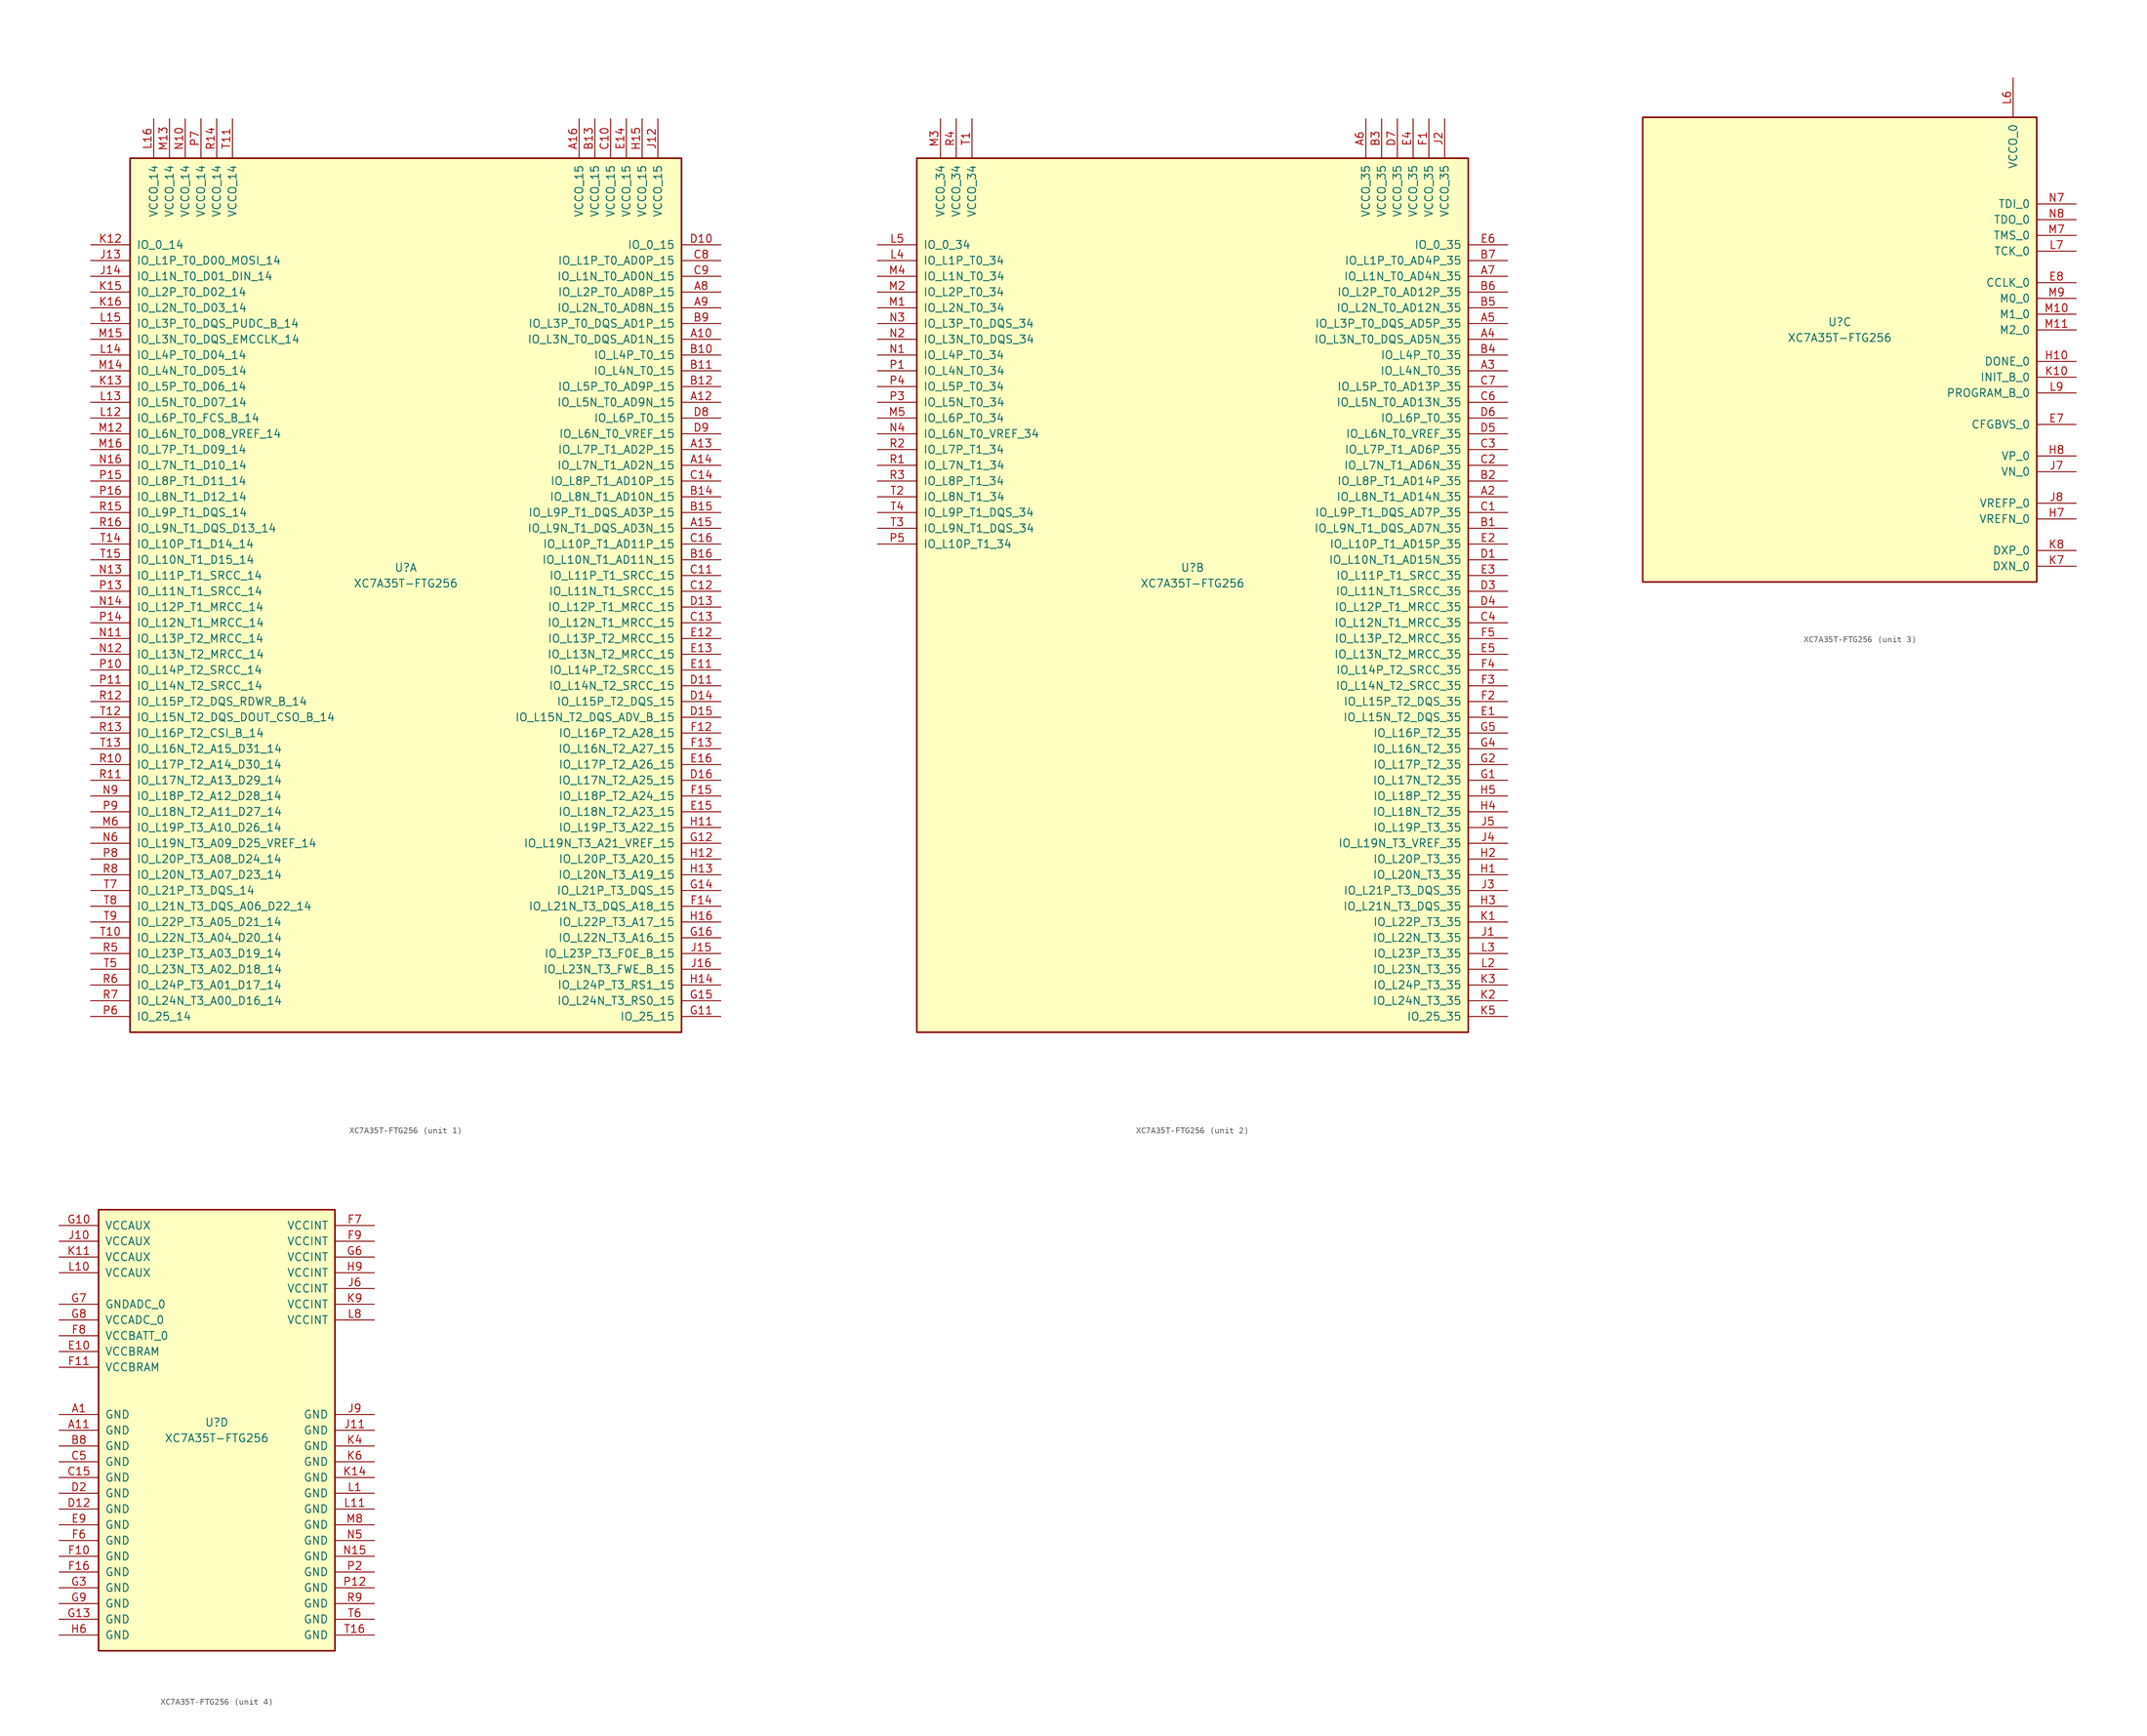
<source format=kicad_sym>
(kicad_symbol_lib
  (version 20231120)
  (generator "kicad_symbol_editor")
  (generator_version "8.0")
  (symbol "XC7A35T-FTG256"
    (pin_names
      (offset 1.016))
    (property "Reference" "U"
      (at 0 1.27 0)
      (effects (font (size 1.27 1.27))))
    (property "Value" "XC7A35T-FTG256"
      (at 0 -1.27 0)
      (effects (font (size 1.27 1.27))))
    (property "Datasheet" ""
      (at 0 0 0)
      (effects (font (size 1.27 1.27))))
    (property "ki_locked" ""
      (at 0 0 0)
      (effects (font (size 1.27 1.27))))
    (symbol "XC7A35T-FTG256_1_1"
      (rectangle (start -44.45 67.31) (end 44.45 -73.66) (stroke (width 0.254) (type solid)) (fill (type background)))
      (pin bidirectional line (at 50.8 38.1 180) (length 6.35) (name "IO_L3N_T0_DQS_AD1N_15" (effects (font (size 1.27 1.27)))) (number "A10" (effects (font (size 1.27 1.27)))))
      (pin bidirectional line (at 50.8 27.94 180) (length 6.35) (name "IO_L5N_T0_AD9N_15" (effects (font (size 1.27 1.27)))) (number "A12" (effects (font (size 1.27 1.27)))))
      (pin bidirectional line (at 50.8 20.32 180) (length 6.35) (name "IO_L7P_T1_AD2P_15" (effects (font (size 1.27 1.27)))) (number "A13" (effects (font (size 1.27 1.27)))))
      (pin bidirectional line (at 50.8 17.78 180) (length 6.35) (name "IO_L7N_T1_AD2N_15" (effects (font (size 1.27 1.27)))) (number "A14" (effects (font (size 1.27 1.27)))))
      (pin bidirectional line (at 50.8 7.62 180) (length 6.35) (name "IO_L9N_T1_DQS_AD3N_15" (effects (font (size 1.27 1.27)))) (number "A15" (effects (font (size 1.27 1.27)))))
      (pin power_in line (at 27.94 73.66 270) (length 6.35) (name "VCCO_15" (effects (font (size 1.27 1.27)))) (number "A16" (effects (font (size 1.27 1.27)))))
      (pin bidirectional line (at 50.8 45.72 180) (length 6.35) (name "IO_L2P_T0_AD8P_15" (effects (font (size 1.27 1.27)))) (number "A8" (effects (font (size 1.27 1.27)))))
      (pin bidirectional line (at 50.8 43.18 180) (length 6.35) (name "IO_L2N_T0_AD8N_15" (effects (font (size 1.27 1.27)))) (number "A9" (effects (font (size 1.27 1.27)))))
      (pin bidirectional line (at 50.8 35.56 180) (length 6.35) (name "IO_L4P_T0_15" (effects (font (size 1.27 1.27)))) (number "B10" (effects (font (size 1.27 1.27)))))
      (pin bidirectional line (at 50.8 33.02 180) (length 6.35) (name "IO_L4N_T0_15" (effects (font (size 1.27 1.27)))) (number "B11" (effects (font (size 1.27 1.27)))))
      (pin bidirectional line (at 50.8 30.48 180) (length 6.35) (name "IO_L5P_T0_AD9P_15" (effects (font (size 1.27 1.27)))) (number "B12" (effects (font (size 1.27 1.27)))))
      (pin power_in line (at 30.48 73.66 270) (length 6.35) (name "VCCO_15" (effects (font (size 1.27 1.27)))) (number "B13" (effects (font (size 1.27 1.27)))))
      (pin bidirectional line (at 50.8 12.7 180) (length 6.35) (name "IO_L8N_T1_AD10N_15" (effects (font (size 1.27 1.27)))) (number "B14" (effects (font (size 1.27 1.27)))))
      (pin bidirectional line (at 50.8 10.16 180) (length 6.35) (name "IO_L9P_T1_DQS_AD3P_15" (effects (font (size 1.27 1.27)))) (number "B15" (effects (font (size 1.27 1.27)))))
      (pin bidirectional line (at 50.8 2.54 180) (length 6.35) (name "IO_L10N_T1_AD11N_15" (effects (font (size 1.27 1.27)))) (number "B16" (effects (font (size 1.27 1.27)))))
      (pin bidirectional line (at 50.8 40.64 180) (length 6.35) (name "IO_L3P_T0_DQS_AD1P_15" (effects (font (size 1.27 1.27)))) (number "B9" (effects (font (size 1.27 1.27)))))
      (pin power_in line (at 33.02 73.66 270) (length 6.35) (name "VCCO_15" (effects (font (size 1.27 1.27)))) (number "C10" (effects (font (size 1.27 1.27)))))
      (pin bidirectional line (at 50.8 0 180) (length 6.35) (name "IO_L11P_T1_SRCC_15" (effects (font (size 1.27 1.27)))) (number "C11" (effects (font (size 1.27 1.27)))))
      (pin bidirectional line (at 50.8 -2.54 180) (length 6.35) (name "IO_L11N_T1_SRCC_15" (effects (font (size 1.27 1.27)))) (number "C12" (effects (font (size 1.27 1.27)))))
      (pin bidirectional line (at 50.8 -7.62 180) (length 6.35) (name "IO_L12N_T1_MRCC_15" (effects (font (size 1.27 1.27)))) (number "C13" (effects (font (size 1.27 1.27)))))
      (pin bidirectional line (at 50.8 15.24 180) (length 6.35) (name "IO_L8P_T1_AD10P_15" (effects (font (size 1.27 1.27)))) (number "C14" (effects (font (size 1.27 1.27)))))
      (pin bidirectional line (at 50.8 5.08 180) (length 6.35) (name "IO_L10P_T1_AD11P_15" (effects (font (size 1.27 1.27)))) (number "C16" (effects (font (size 1.27 1.27)))))
      (pin bidirectional line (at 50.8 50.8 180) (length 6.35) (name "IO_L1P_T0_AD0P_15" (effects (font (size 1.27 1.27)))) (number "C8" (effects (font (size 1.27 1.27)))))
      (pin bidirectional line (at 50.8 48.26 180) (length 6.35) (name "IO_L1N_T0_AD0N_15" (effects (font (size 1.27 1.27)))) (number "C9" (effects (font (size 1.27 1.27)))))
      (pin bidirectional line (at 50.8 53.34 180) (length 6.35) (name "IO_0_15" (effects (font (size 1.27 1.27)))) (number "D10" (effects (font (size 1.27 1.27)))))
      (pin bidirectional line (at 50.8 -17.78 180) (length 6.35) (name "IO_L14N_T2_SRCC_15" (effects (font (size 1.27 1.27)))) (number "D11" (effects (font (size 1.27 1.27)))))
      (pin bidirectional line (at 50.8 -5.08 180) (length 6.35) (name "IO_L12P_T1_MRCC_15" (effects (font (size 1.27 1.27)))) (number "D13" (effects (font (size 1.27 1.27)))))
      (pin bidirectional line (at 50.8 -20.32 180) (length 6.35) (name "IO_L15P_T2_DQS_15" (effects (font (size 1.27 1.27)))) (number "D14" (effects (font (size 1.27 1.27)))))
      (pin bidirectional line (at 50.8 -22.86 180) (length 6.35) (name "IO_L15N_T2_DQS_ADV_B_15" (effects (font (size 1.27 1.27)))) (number "D15" (effects (font (size 1.27 1.27)))))
      (pin bidirectional line (at 50.8 -33.02 180) (length 6.35) (name "IO_L17N_T2_A25_15" (effects (font (size 1.27 1.27)))) (number "D16" (effects (font (size 1.27 1.27)))))
      (pin bidirectional line (at 50.8 25.4 180) (length 6.35) (name "IO_L6P_T0_15" (effects (font (size 1.27 1.27)))) (number "D8" (effects (font (size 1.27 1.27)))))
      (pin bidirectional line (at 50.8 22.86 180) (length 6.35) (name "IO_L6N_T0_VREF_15" (effects (font (size 1.27 1.27)))) (number "D9" (effects (font (size 1.27 1.27)))))
      (pin bidirectional line (at 50.8 -15.24 180) (length 6.35) (name "IO_L14P_T2_SRCC_15" (effects (font (size 1.27 1.27)))) (number "E11" (effects (font (size 1.27 1.27)))))
      (pin bidirectional line (at 50.8 -10.16 180) (length 6.35) (name "IO_L13P_T2_MRCC_15" (effects (font (size 1.27 1.27)))) (number "E12" (effects (font (size 1.27 1.27)))))
      (pin bidirectional line (at 50.8 -12.7 180) (length 6.35) (name "IO_L13N_T2_MRCC_15" (effects (font (size 1.27 1.27)))) (number "E13" (effects (font (size 1.27 1.27)))))
      (pin power_in line (at 35.56 73.66 270) (length 6.35) (name "VCCO_15" (effects (font (size 1.27 1.27)))) (number "E14" (effects (font (size 1.27 1.27)))))
      (pin bidirectional line (at 50.8 -38.1 180) (length 6.35) (name "IO_L18N_T2_A23_15" (effects (font (size 1.27 1.27)))) (number "E15" (effects (font (size 1.27 1.27)))))
      (pin bidirectional line (at 50.8 -30.48 180) (length 6.35) (name "IO_L17P_T2_A26_15" (effects (font (size 1.27 1.27)))) (number "E16" (effects (font (size 1.27 1.27)))))
      (pin bidirectional line (at 50.8 -25.4 180) (length 6.35) (name "IO_L16P_T2_A28_15" (effects (font (size 1.27 1.27)))) (number "F12" (effects (font (size 1.27 1.27)))))
      (pin bidirectional line (at 50.8 -27.94 180) (length 6.35) (name "IO_L16N_T2_A27_15" (effects (font (size 1.27 1.27)))) (number "F13" (effects (font (size 1.27 1.27)))))
      (pin bidirectional line (at 50.8 -53.34 180) (length 6.35) (name "IO_L21N_T3_DQS_A18_15" (effects (font (size 1.27 1.27)))) (number "F14" (effects (font (size 1.27 1.27)))))
      (pin bidirectional line (at 50.8 -35.56 180) (length 6.35) (name "IO_L18P_T2_A24_15" (effects (font (size 1.27 1.27)))) (number "F15" (effects (font (size 1.27 1.27)))))
      (pin bidirectional line (at 50.8 -71.12 180) (length 6.35) (name "IO_25_15" (effects (font (size 1.27 1.27)))) (number "G11" (effects (font (size 1.27 1.27)))))
      (pin bidirectional line (at 50.8 -43.18 180) (length 6.35) (name "IO_L19N_T3_A21_VREF_15" (effects (font (size 1.27 1.27)))) (number "G12" (effects (font (size 1.27 1.27)))))
      (pin bidirectional line (at 50.8 -50.8 180) (length 6.35) (name "IO_L21P_T3_DQS_15" (effects (font (size 1.27 1.27)))) (number "G14" (effects (font (size 1.27 1.27)))))
      (pin bidirectional line (at 50.8 -68.58 180) (length 6.35) (name "IO_L24N_T3_RS0_15" (effects (font (size 1.27 1.27)))) (number "G15" (effects (font (size 1.27 1.27)))))
      (pin bidirectional line (at 50.8 -58.42 180) (length 6.35) (name "IO_L22N_T3_A16_15" (effects (font (size 1.27 1.27)))) (number "G16" (effects (font (size 1.27 1.27)))))
      (pin bidirectional line (at 50.8 -40.64 180) (length 6.35) (name "IO_L19P_T3_A22_15" (effects (font (size 1.27 1.27)))) (number "H11" (effects (font (size 1.27 1.27)))))
      (pin bidirectional line (at 50.8 -45.72 180) (length 6.35) (name "IO_L20P_T3_A20_15" (effects (font (size 1.27 1.27)))) (number "H12" (effects (font (size 1.27 1.27)))))
      (pin bidirectional line (at 50.8 -48.26 180) (length 6.35) (name "IO_L20N_T3_A19_15" (effects (font (size 1.27 1.27)))) (number "H13" (effects (font (size 1.27 1.27)))))
      (pin bidirectional line (at 50.8 -66.04 180) (length 6.35) (name "IO_L24P_T3_RS1_15" (effects (font (size 1.27 1.27)))) (number "H14" (effects (font (size 1.27 1.27)))))
      (pin power_in line (at 38.1 73.66 270) (length 6.35) (name "VCCO_15" (effects (font (size 1.27 1.27)))) (number "H15" (effects (font (size 1.27 1.27)))))
      (pin bidirectional line (at 50.8 -55.88 180) (length 6.35) (name "IO_L22P_T3_A17_15" (effects (font (size 1.27 1.27)))) (number "H16" (effects (font (size 1.27 1.27)))))
      (pin power_in line (at 40.64 73.66 270) (length 6.35) (name "VCCO_15" (effects (font (size 1.27 1.27)))) (number "J12" (effects (font (size 1.27 1.27)))))
      (pin bidirectional line (at -50.8 50.8 0) (length 6.35) (name "IO_L1P_T0_D00_MOSI_14" (effects (font (size 1.27 1.27)))) (number "J13" (effects (font (size 1.27 1.27)))))
      (pin bidirectional line (at -50.8 48.26 0) (length 6.35) (name "IO_L1N_T0_D01_DIN_14" (effects (font (size 1.27 1.27)))) (number "J14" (effects (font (size 1.27 1.27)))))
      (pin bidirectional line (at 50.8 -60.96 180) (length 6.35) (name "IO_L23P_T3_FOE_B_15" (effects (font (size 1.27 1.27)))) (number "J15" (effects (font (size 1.27 1.27)))))
      (pin bidirectional line (at 50.8 -63.5 180) (length 6.35) (name "IO_L23N_T3_FWE_B_15" (effects (font (size 1.27 1.27)))) (number "J16" (effects (font (size 1.27 1.27)))))
      (pin bidirectional line (at -50.8 53.34 0) (length 6.35) (name "IO_0_14" (effects (font (size 1.27 1.27)))) (number "K12" (effects (font (size 1.27 1.27)))))
      (pin bidirectional line (at -50.8 30.48 0) (length 6.35) (name "IO_L5P_T0_D06_14" (effects (font (size 1.27 1.27)))) (number "K13" (effects (font (size 1.27 1.27)))))
      (pin bidirectional line (at -50.8 45.72 0) (length 6.35) (name "IO_L2P_T0_D02_14" (effects (font (size 1.27 1.27)))) (number "K15" (effects (font (size 1.27 1.27)))))
      (pin bidirectional line (at -50.8 43.18 0) (length 6.35) (name "IO_L2N_T0_D03_14" (effects (font (size 1.27 1.27)))) (number "K16" (effects (font (size 1.27 1.27)))))
      (pin bidirectional line (at -50.8 25.4 0) (length 6.35) (name "IO_L6P_T0_FCS_B_14" (effects (font (size 1.27 1.27)))) (number "L12" (effects (font (size 1.27 1.27)))))
      (pin bidirectional line (at -50.8 27.94 0) (length 6.35) (name "IO_L5N_T0_D07_14" (effects (font (size 1.27 1.27)))) (number "L13" (effects (font (size 1.27 1.27)))))
      (pin bidirectional line (at -50.8 35.56 0) (length 6.35) (name "IO_L4P_T0_D04_14" (effects (font (size 1.27 1.27)))) (number "L14" (effects (font (size 1.27 1.27)))))
      (pin bidirectional line (at -50.8 40.64 0) (length 6.35) (name "IO_L3P_T0_DQS_PUDC_B_14" (effects (font (size 1.27 1.27)))) (number "L15" (effects (font (size 1.27 1.27)))))
      (pin power_in line (at -40.64 73.66 270) (length 6.35) (name "VCCO_14" (effects (font (size 1.27 1.27)))) (number "L16" (effects (font (size 1.27 1.27)))))
      (pin bidirectional line (at -50.8 22.86 0) (length 6.35) (name "IO_L6N_T0_D08_VREF_14" (effects (font (size 1.27 1.27)))) (number "M12" (effects (font (size 1.27 1.27)))))
      (pin power_in line (at -38.1 73.66 270) (length 6.35) (name "VCCO_14" (effects (font (size 1.27 1.27)))) (number "M13" (effects (font (size 1.27 1.27)))))
      (pin bidirectional line (at -50.8 33.02 0) (length 6.35) (name "IO_L4N_T0_D05_14" (effects (font (size 1.27 1.27)))) (number "M14" (effects (font (size 1.27 1.27)))))
      (pin bidirectional line (at -50.8 38.1 0) (length 6.35) (name "IO_L3N_T0_DQS_EMCCLK_14" (effects (font (size 1.27 1.27)))) (number "M15" (effects (font (size 1.27 1.27)))))
      (pin bidirectional line (at -50.8 20.32 0) (length 6.35) (name "IO_L7P_T1_D09_14" (effects (font (size 1.27 1.27)))) (number "M16" (effects (font (size 1.27 1.27)))))
      (pin bidirectional line (at -50.8 -40.64 0) (length 6.35) (name "IO_L19P_T3_A10_D26_14" (effects (font (size 1.27 1.27)))) (number "M6" (effects (font (size 1.27 1.27)))))
      (pin power_in line (at -35.56 73.66 270) (length 6.35) (name "VCCO_14" (effects (font (size 1.27 1.27)))) (number "N10" (effects (font (size 1.27 1.27)))))
      (pin bidirectional line (at -50.8 -10.16 0) (length 6.35) (name "IO_L13P_T2_MRCC_14" (effects (font (size 1.27 1.27)))) (number "N11" (effects (font (size 1.27 1.27)))))
      (pin bidirectional line (at -50.8 -12.7 0) (length 6.35) (name "IO_L13N_T2_MRCC_14" (effects (font (size 1.27 1.27)))) (number "N12" (effects (font (size 1.27 1.27)))))
      (pin bidirectional line (at -50.8 0 0) (length 6.35) (name "IO_L11P_T1_SRCC_14" (effects (font (size 1.27 1.27)))) (number "N13" (effects (font (size 1.27 1.27)))))
      (pin bidirectional line (at -50.8 -5.08 0) (length 6.35) (name "IO_L12P_T1_MRCC_14" (effects (font (size 1.27 1.27)))) (number "N14" (effects (font (size 1.27 1.27)))))
      (pin bidirectional line (at -50.8 17.78 0) (length 6.35) (name "IO_L7N_T1_D10_14" (effects (font (size 1.27 1.27)))) (number "N16" (effects (font (size 1.27 1.27)))))
      (pin bidirectional line (at -50.8 -43.18 0) (length 6.35) (name "IO_L19N_T3_A09_D25_VREF_14" (effects (font (size 1.27 1.27)))) (number "N6" (effects (font (size 1.27 1.27)))))
      (pin bidirectional line (at -50.8 -35.56 0) (length 6.35) (name "IO_L18P_T2_A12_D28_14" (effects (font (size 1.27 1.27)))) (number "N9" (effects (font (size 1.27 1.27)))))
      (pin bidirectional line (at -50.8 -15.24 0) (length 6.35) (name "IO_L14P_T2_SRCC_14" (effects (font (size 1.27 1.27)))) (number "P10" (effects (font (size 1.27 1.27)))))
      (pin bidirectional line (at -50.8 -17.78 0) (length 6.35) (name "IO_L14N_T2_SRCC_14" (effects (font (size 1.27 1.27)))) (number "P11" (effects (font (size 1.27 1.27)))))
      (pin bidirectional line (at -50.8 -2.54 0) (length 6.35) (name "IO_L11N_T1_SRCC_14" (effects (font (size 1.27 1.27)))) (number "P13" (effects (font (size 1.27 1.27)))))
      (pin bidirectional line (at -50.8 -7.62 0) (length 6.35) (name "IO_L12N_T1_MRCC_14" (effects (font (size 1.27 1.27)))) (number "P14" (effects (font (size 1.27 1.27)))))
      (pin bidirectional line (at -50.8 15.24 0) (length 6.35) (name "IO_L8P_T1_D11_14" (effects (font (size 1.27 1.27)))) (number "P15" (effects (font (size 1.27 1.27)))))
      (pin bidirectional line (at -50.8 12.7 0) (length 6.35) (name "IO_L8N_T1_D12_14" (effects (font (size 1.27 1.27)))) (number "P16" (effects (font (size 1.27 1.27)))))
      (pin bidirectional line (at -50.8 -71.12 0) (length 6.35) (name "IO_25_14" (effects (font (size 1.27 1.27)))) (number "P6" (effects (font (size 1.27 1.27)))))
      (pin power_in line (at -33.02 73.66 270) (length 6.35) (name "VCCO_14" (effects (font (size 1.27 1.27)))) (number "P7" (effects (font (size 1.27 1.27)))))
      (pin bidirectional line (at -50.8 -45.72 0) (length 6.35) (name "IO_L20P_T3_A08_D24_14" (effects (font (size 1.27 1.27)))) (number "P8" (effects (font (size 1.27 1.27)))))
      (pin bidirectional line (at -50.8 -38.1 0) (length 6.35) (name "IO_L18N_T2_A11_D27_14" (effects (font (size 1.27 1.27)))) (number "P9" (effects (font (size 1.27 1.27)))))
      (pin bidirectional line (at -50.8 -30.48 0) (length 6.35) (name "IO_L17P_T2_A14_D30_14" (effects (font (size 1.27 1.27)))) (number "R10" (effects (font (size 1.27 1.27)))))
      (pin bidirectional line (at -50.8 -33.02 0) (length 6.35) (name "IO_L17N_T2_A13_D29_14" (effects (font (size 1.27 1.27)))) (number "R11" (effects (font (size 1.27 1.27)))))
      (pin bidirectional line (at -50.8 -20.32 0) (length 6.35) (name "IO_L15P_T2_DQS_RDWR_B_14" (effects (font (size 1.27 1.27)))) (number "R12" (effects (font (size 1.27 1.27)))))
      (pin bidirectional line (at -50.8 -25.4 0) (length 6.35) (name "IO_L16P_T2_CSI_B_14" (effects (font (size 1.27 1.27)))) (number "R13" (effects (font (size 1.27 1.27)))))
      (pin power_in line (at -30.48 73.66 270) (length 6.35) (name "VCCO_14" (effects (font (size 1.27 1.27)))) (number "R14" (effects (font (size 1.27 1.27)))))
      (pin bidirectional line (at -50.8 10.16 0) (length 6.35) (name "IO_L9P_T1_DQS_14" (effects (font (size 1.27 1.27)))) (number "R15" (effects (font (size 1.27 1.27)))))
      (pin bidirectional line (at -50.8 7.62 0) (length 6.35) (name "IO_L9N_T1_DQS_D13_14" (effects (font (size 1.27 1.27)))) (number "R16" (effects (font (size 1.27 1.27)))))
      (pin bidirectional line (at -50.8 -60.96 0) (length 6.35) (name "IO_L23P_T3_A03_D19_14" (effects (font (size 1.27 1.27)))) (number "R5" (effects (font (size 1.27 1.27)))))
      (pin bidirectional line (at -50.8 -66.04 0) (length 6.35) (name "IO_L24P_T3_A01_D17_14" (effects (font (size 1.27 1.27)))) (number "R6" (effects (font (size 1.27 1.27)))))
      (pin bidirectional line (at -50.8 -68.58 0) (length 6.35) (name "IO_L24N_T3_A00_D16_14" (effects (font (size 1.27 1.27)))) (number "R7" (effects (font (size 1.27 1.27)))))
      (pin bidirectional line (at -50.8 -48.26 0) (length 6.35) (name "IO_L20N_T3_A07_D23_14" (effects (font (size 1.27 1.27)))) (number "R8" (effects (font (size 1.27 1.27)))))
      (pin bidirectional line (at -50.8 -58.42 0) (length 6.35) (name "IO_L22N_T3_A04_D20_14" (effects (font (size 1.27 1.27)))) (number "T10" (effects (font (size 1.27 1.27)))))
      (pin power_in line (at -27.94 73.66 270) (length 6.35) (name "VCCO_14" (effects (font (size 1.27 1.27)))) (number "T11" (effects (font (size 1.27 1.27)))))
      (pin bidirectional line (at -50.8 -22.86 0) (length 6.35) (name "IO_L15N_T2_DQS_DOUT_CSO_B_14" (effects (font (size 1.27 1.27)))) (number "T12" (effects (font (size 1.27 1.27)))))
      (pin bidirectional line (at -50.8 -27.94 0) (length 6.35) (name "IO_L16N_T2_A15_D31_14" (effects (font (size 1.27 1.27)))) (number "T13" (effects (font (size 1.27 1.27)))))
      (pin bidirectional line (at -50.8 5.08 0) (length 6.35) (name "IO_L10P_T1_D14_14" (effects (font (size 1.27 1.27)))) (number "T14" (effects (font (size 1.27 1.27)))))
      (pin bidirectional line (at -50.8 2.54 0) (length 6.35) (name "IO_L10N_T1_D15_14" (effects (font (size 1.27 1.27)))) (number "T15" (effects (font (size 1.27 1.27)))))
      (pin bidirectional line (at -50.8 -63.5 0) (length 6.35) (name "IO_L23N_T3_A02_D18_14" (effects (font (size 1.27 1.27)))) (number "T5" (effects (font (size 1.27 1.27)))))
      (pin bidirectional line (at -50.8 -50.8 0) (length 6.35) (name "IO_L21P_T3_DQS_14" (effects (font (size 1.27 1.27)))) (number "T7" (effects (font (size 1.27 1.27)))))
      (pin bidirectional line (at -50.8 -53.34 0) (length 6.35) (name "IO_L21N_T3_DQS_A06_D22_14" (effects (font (size 1.27 1.27)))) (number "T8" (effects (font (size 1.27 1.27)))))
      (pin bidirectional line (at -50.8 -55.88 0) (length 6.35) (name "IO_L22P_T3_A05_D21_14" (effects (font (size 1.27 1.27)))) (number "T9" (effects (font (size 1.27 1.27))))))
    (symbol "XC7A35T-FTG256_2_1"
      (rectangle (start -44.45 67.31) (end 44.45 -73.66) (stroke (width 0.254) (type solid)) (fill (type background)))
      (pin bidirectional line (at 50.8 12.7 180) (length 6.35) (name "IO_L8N_T1_AD14N_35" (effects (font (size 1.27 1.27)))) (number "A2" (effects (font (size 1.27 1.27)))))
      (pin bidirectional line (at 50.8 33.02 180) (length 6.35) (name "IO_L4N_T0_35" (effects (font (size 1.27 1.27)))) (number "A3" (effects (font (size 1.27 1.27)))))
      (pin bidirectional line (at 50.8 38.1 180) (length 6.35) (name "IO_L3N_T0_DQS_AD5N_35" (effects (font (size 1.27 1.27)))) (number "A4" (effects (font (size 1.27 1.27)))))
      (pin bidirectional line (at 50.8 40.64 180) (length 6.35) (name "IO_L3P_T0_DQS_AD5P_35" (effects (font (size 1.27 1.27)))) (number "A5" (effects (font (size 1.27 1.27)))))
      (pin power_in line (at 27.94 73.66 270) (length 6.35) (name "VCCO_35" (effects (font (size 1.27 1.27)))) (number "A6" (effects (font (size 1.27 1.27)))))
      (pin bidirectional line (at 50.8 48.26 180) (length 6.35) (name "IO_L1N_T0_AD4N_35" (effects (font (size 1.27 1.27)))) (number "A7" (effects (font (size 1.27 1.27)))))
      (pin bidirectional line (at 50.8 7.62 180) (length 6.35) (name "IO_L9N_T1_DQS_AD7N_35" (effects (font (size 1.27 1.27)))) (number "B1" (effects (font (size 1.27 1.27)))))
      (pin bidirectional line (at 50.8 15.24 180) (length 6.35) (name "IO_L8P_T1_AD14P_35" (effects (font (size 1.27 1.27)))) (number "B2" (effects (font (size 1.27 1.27)))))
      (pin power_in line (at 30.48 73.66 270) (length 6.35) (name "VCCO_35" (effects (font (size 1.27 1.27)))) (number "B3" (effects (font (size 1.27 1.27)))))
      (pin bidirectional line (at 50.8 35.56 180) (length 6.35) (name "IO_L4P_T0_35" (effects (font (size 1.27 1.27)))) (number "B4" (effects (font (size 1.27 1.27)))))
      (pin bidirectional line (at 50.8 43.18 180) (length 6.35) (name "IO_L2N_T0_AD12N_35" (effects (font (size 1.27 1.27)))) (number "B5" (effects (font (size 1.27 1.27)))))
      (pin bidirectional line (at 50.8 45.72 180) (length 6.35) (name "IO_L2P_T0_AD12P_35" (effects (font (size 1.27 1.27)))) (number "B6" (effects (font (size 1.27 1.27)))))
      (pin bidirectional line (at 50.8 50.8 180) (length 6.35) (name "IO_L1P_T0_AD4P_35" (effects (font (size 1.27 1.27)))) (number "B7" (effects (font (size 1.27 1.27)))))
      (pin bidirectional line (at 50.8 10.16 180) (length 6.35) (name "IO_L9P_T1_DQS_AD7P_35" (effects (font (size 1.27 1.27)))) (number "C1" (effects (font (size 1.27 1.27)))))
      (pin bidirectional line (at 50.8 17.78 180) (length 6.35) (name "IO_L7N_T1_AD6N_35" (effects (font (size 1.27 1.27)))) (number "C2" (effects (font (size 1.27 1.27)))))
      (pin bidirectional line (at 50.8 20.32 180) (length 6.35) (name "IO_L7P_T1_AD6P_35" (effects (font (size 1.27 1.27)))) (number "C3" (effects (font (size 1.27 1.27)))))
      (pin bidirectional line (at 50.8 -7.62 180) (length 6.35) (name "IO_L12N_T1_MRCC_35" (effects (font (size 1.27 1.27)))) (number "C4" (effects (font (size 1.27 1.27)))))
      (pin bidirectional line (at 50.8 27.94 180) (length 6.35) (name "IO_L5N_T0_AD13N_35" (effects (font (size 1.27 1.27)))) (number "C6" (effects (font (size 1.27 1.27)))))
      (pin bidirectional line (at 50.8 30.48 180) (length 6.35) (name "IO_L5P_T0_AD13P_35" (effects (font (size 1.27 1.27)))) (number "C7" (effects (font (size 1.27 1.27)))))
      (pin bidirectional line (at 50.8 2.54 180) (length 6.35) (name "IO_L10N_T1_AD15N_35" (effects (font (size 1.27 1.27)))) (number "D1" (effects (font (size 1.27 1.27)))))
      (pin bidirectional line (at 50.8 -2.54 180) (length 6.35) (name "IO_L11N_T1_SRCC_35" (effects (font (size 1.27 1.27)))) (number "D3" (effects (font (size 1.27 1.27)))))
      (pin bidirectional line (at 50.8 -5.08 180) (length 6.35) (name "IO_L12P_T1_MRCC_35" (effects (font (size 1.27 1.27)))) (number "D4" (effects (font (size 1.27 1.27)))))
      (pin bidirectional line (at 50.8 22.86 180) (length 6.35) (name "IO_L6N_T0_VREF_35" (effects (font (size 1.27 1.27)))) (number "D5" (effects (font (size 1.27 1.27)))))
      (pin bidirectional line (at 50.8 25.4 180) (length 6.35) (name "IO_L6P_T0_35" (effects (font (size 1.27 1.27)))) (number "D6" (effects (font (size 1.27 1.27)))))
      (pin power_in line (at 33.02 73.66 270) (length 6.35) (name "VCCO_35" (effects (font (size 1.27 1.27)))) (number "D7" (effects (font (size 1.27 1.27)))))
      (pin bidirectional line (at 50.8 -22.86 180) (length 6.35) (name "IO_L15N_T2_DQS_35" (effects (font (size 1.27 1.27)))) (number "E1" (effects (font (size 1.27 1.27)))))
      (pin bidirectional line (at 50.8 5.08 180) (length 6.35) (name "IO_L10P_T1_AD15P_35" (effects (font (size 1.27 1.27)))) (number "E2" (effects (font (size 1.27 1.27)))))
      (pin bidirectional line (at 50.8 0 180) (length 6.35) (name "IO_L11P_T1_SRCC_35" (effects (font (size 1.27 1.27)))) (number "E3" (effects (font (size 1.27 1.27)))))
      (pin power_in line (at 35.56 73.66 270) (length 6.35) (name "VCCO_35" (effects (font (size 1.27 1.27)))) (number "E4" (effects (font (size 1.27 1.27)))))
      (pin bidirectional line (at 50.8 -12.7 180) (length 6.35) (name "IO_L13N_T2_MRCC_35" (effects (font (size 1.27 1.27)))) (number "E5" (effects (font (size 1.27 1.27)))))
      (pin bidirectional line (at 50.8 53.34 180) (length 6.35) (name "IO_0_35" (effects (font (size 1.27 1.27)))) (number "E6" (effects (font (size 1.27 1.27)))))
      (pin power_in line (at 38.1 73.66 270) (length 6.35) (name "VCCO_35" (effects (font (size 1.27 1.27)))) (number "F1" (effects (font (size 1.27 1.27)))))
      (pin bidirectional line (at 50.8 -20.32 180) (length 6.35) (name "IO_L15P_T2_DQS_35" (effects (font (size 1.27 1.27)))) (number "F2" (effects (font (size 1.27 1.27)))))
      (pin bidirectional line (at 50.8 -17.78 180) (length 6.35) (name "IO_L14N_T2_SRCC_35" (effects (font (size 1.27 1.27)))) (number "F3" (effects (font (size 1.27 1.27)))))
      (pin bidirectional line (at 50.8 -15.24 180) (length 6.35) (name "IO_L14P_T2_SRCC_35" (effects (font (size 1.27 1.27)))) (number "F4" (effects (font (size 1.27 1.27)))))
      (pin bidirectional line (at 50.8 -10.16 180) (length 6.35) (name "IO_L13P_T2_MRCC_35" (effects (font (size 1.27 1.27)))) (number "F5" (effects (font (size 1.27 1.27)))))
      (pin bidirectional line (at 50.8 -33.02 180) (length 6.35) (name "IO_L17N_T2_35" (effects (font (size 1.27 1.27)))) (number "G1" (effects (font (size 1.27 1.27)))))
      (pin bidirectional line (at 50.8 -30.48 180) (length 6.35) (name "IO_L17P_T2_35" (effects (font (size 1.27 1.27)))) (number "G2" (effects (font (size 1.27 1.27)))))
      (pin bidirectional line (at 50.8 -27.94 180) (length 6.35) (name "IO_L16N_T2_35" (effects (font (size 1.27 1.27)))) (number "G4" (effects (font (size 1.27 1.27)))))
      (pin bidirectional line (at 50.8 -25.4 180) (length 6.35) (name "IO_L16P_T2_35" (effects (font (size 1.27 1.27)))) (number "G5" (effects (font (size 1.27 1.27)))))
      (pin bidirectional line (at 50.8 -48.26 180) (length 6.35) (name "IO_L20N_T3_35" (effects (font (size 1.27 1.27)))) (number "H1" (effects (font (size 1.27 1.27)))))
      (pin bidirectional line (at 50.8 -45.72 180) (length 6.35) (name "IO_L20P_T3_35" (effects (font (size 1.27 1.27)))) (number "H2" (effects (font (size 1.27 1.27)))))
      (pin bidirectional line (at 50.8 -53.34 180) (length 6.35) (name "IO_L21N_T3_DQS_35" (effects (font (size 1.27 1.27)))) (number "H3" (effects (font (size 1.27 1.27)))))
      (pin bidirectional line (at 50.8 -38.1 180) (length 6.35) (name "IO_L18N_T2_35" (effects (font (size 1.27 1.27)))) (number "H4" (effects (font (size 1.27 1.27)))))
      (pin bidirectional line (at 50.8 -35.56 180) (length 6.35) (name "IO_L18P_T2_35" (effects (font (size 1.27 1.27)))) (number "H5" (effects (font (size 1.27 1.27)))))
      (pin bidirectional line (at 50.8 -58.42 180) (length 6.35) (name "IO_L22N_T3_35" (effects (font (size 1.27 1.27)))) (number "J1" (effects (font (size 1.27 1.27)))))
      (pin power_in line (at 40.64 73.66 270) (length 6.35) (name "VCCO_35" (effects (font (size 1.27 1.27)))) (number "J2" (effects (font (size 1.27 1.27)))))
      (pin bidirectional line (at 50.8 -50.8 180) (length 6.35) (name "IO_L21P_T3_DQS_35" (effects (font (size 1.27 1.27)))) (number "J3" (effects (font (size 1.27 1.27)))))
      (pin bidirectional line (at 50.8 -43.18 180) (length 6.35) (name "IO_L19N_T3_VREF_35" (effects (font (size 1.27 1.27)))) (number "J4" (effects (font (size 1.27 1.27)))))
      (pin bidirectional line (at 50.8 -40.64 180) (length 6.35) (name "IO_L19P_T3_35" (effects (font (size 1.27 1.27)))) (number "J5" (effects (font (size 1.27 1.27)))))
      (pin bidirectional line (at 50.8 -55.88 180) (length 6.35) (name "IO_L22P_T3_35" (effects (font (size 1.27 1.27)))) (number "K1" (effects (font (size 1.27 1.27)))))
      (pin bidirectional line (at 50.8 -68.58 180) (length 6.35) (name "IO_L24N_T3_35" (effects (font (size 1.27 1.27)))) (number "K2" (effects (font (size 1.27 1.27)))))
      (pin bidirectional line (at 50.8 -66.04 180) (length 6.35) (name "IO_L24P_T3_35" (effects (font (size 1.27 1.27)))) (number "K3" (effects (font (size 1.27 1.27)))))
      (pin bidirectional line (at 50.8 -71.12 180) (length 6.35) (name "IO_25_35" (effects (font (size 1.27 1.27)))) (number "K5" (effects (font (size 1.27 1.27)))))
      (pin bidirectional line (at 50.8 -63.5 180) (length 6.35) (name "IO_L23N_T3_35" (effects (font (size 1.27 1.27)))) (number "L2" (effects (font (size 1.27 1.27)))))
      (pin bidirectional line (at 50.8 -60.96 180) (length 6.35) (name "IO_L23P_T3_35" (effects (font (size 1.27 1.27)))) (number "L3" (effects (font (size 1.27 1.27)))))
      (pin bidirectional line (at -50.8 50.8 0) (length 6.35) (name "IO_L1P_T0_34" (effects (font (size 1.27 1.27)))) (number "L4" (effects (font (size 1.27 1.27)))))
      (pin bidirectional line (at -50.8 53.34 0) (length 6.35) (name "IO_0_34" (effects (font (size 1.27 1.27)))) (number "L5" (effects (font (size 1.27 1.27)))))
      (pin bidirectional line (at -50.8 43.18 0) (length 6.35) (name "IO_L2N_T0_34" (effects (font (size 1.27 1.27)))) (number "M1" (effects (font (size 1.27 1.27)))))
      (pin bidirectional line (at -50.8 45.72 0) (length 6.35) (name "IO_L2P_T0_34" (effects (font (size 1.27 1.27)))) (number "M2" (effects (font (size 1.27 1.27)))))
      (pin power_in line (at -40.64 73.66 270) (length 6.35) (name "VCCO_34" (effects (font (size 1.27 1.27)))) (number "M3" (effects (font (size 1.27 1.27)))))
      (pin bidirectional line (at -50.8 48.26 0) (length 6.35) (name "IO_L1N_T0_34" (effects (font (size 1.27 1.27)))) (number "M4" (effects (font (size 1.27 1.27)))))
      (pin bidirectional line (at -50.8 25.4 0) (length 6.35) (name "IO_L6P_T0_34" (effects (font (size 1.27 1.27)))) (number "M5" (effects (font (size 1.27 1.27)))))
      (pin bidirectional line (at -50.8 35.56 0) (length 6.35) (name "IO_L4P_T0_34" (effects (font (size 1.27 1.27)))) (number "N1" (effects (font (size 1.27 1.27)))))
      (pin bidirectional line (at -50.8 38.1 0) (length 6.35) (name "IO_L3N_T0_DQS_34" (effects (font (size 1.27 1.27)))) (number "N2" (effects (font (size 1.27 1.27)))))
      (pin bidirectional line (at -50.8 40.64 0) (length 6.35) (name "IO_L3P_T0_DQS_34" (effects (font (size 1.27 1.27)))) (number "N3" (effects (font (size 1.27 1.27)))))
      (pin bidirectional line (at -50.8 22.86 0) (length 6.35) (name "IO_L6N_T0_VREF_34" (effects (font (size 1.27 1.27)))) (number "N4" (effects (font (size 1.27 1.27)))))
      (pin bidirectional line (at -50.8 33.02 0) (length 6.35) (name "IO_L4N_T0_34" (effects (font (size 1.27 1.27)))) (number "P1" (effects (font (size 1.27 1.27)))))
      (pin bidirectional line (at -50.8 27.94 0) (length 6.35) (name "IO_L5N_T0_34" (effects (font (size 1.27 1.27)))) (number "P3" (effects (font (size 1.27 1.27)))))
      (pin bidirectional line (at -50.8 30.48 0) (length 6.35) (name "IO_L5P_T0_34" (effects (font (size 1.27 1.27)))) (number "P4" (effects (font (size 1.27 1.27)))))
      (pin bidirectional line (at -50.8 5.08 0) (length 6.35) (name "IO_L10P_T1_34" (effects (font (size 1.27 1.27)))) (number "P5" (effects (font (size 1.27 1.27)))))
      (pin bidirectional line (at -50.8 17.78 0) (length 6.35) (name "IO_L7N_T1_34" (effects (font (size 1.27 1.27)))) (number "R1" (effects (font (size 1.27 1.27)))))
      (pin bidirectional line (at -50.8 20.32 0) (length 6.35) (name "IO_L7P_T1_34" (effects (font (size 1.27 1.27)))) (number "R2" (effects (font (size 1.27 1.27)))))
      (pin bidirectional line (at -50.8 15.24 0) (length 6.35) (name "IO_L8P_T1_34" (effects (font (size 1.27 1.27)))) (number "R3" (effects (font (size 1.27 1.27)))))
      (pin power_in line (at -38.1 73.66 270) (length 6.35) (name "VCCO_34" (effects (font (size 1.27 1.27)))) (number "R4" (effects (font (size 1.27 1.27)))))
      (pin power_in line (at -35.56 73.66 270) (length 6.35) (name "VCCO_34" (effects (font (size 1.27 1.27)))) (number "T1" (effects (font (size 1.27 1.27)))))
      (pin bidirectional line (at -50.8 12.7 0) (length 6.35) (name "IO_L8N_T1_34" (effects (font (size 1.27 1.27)))) (number "T2" (effects (font (size 1.27 1.27)))))
      (pin bidirectional line (at -50.8 7.62 0) (length 6.35) (name "IO_L9N_T1_DQS_34" (effects (font (size 1.27 1.27)))) (number "T3" (effects (font (size 1.27 1.27)))))
      (pin bidirectional line (at -50.8 10.16 0) (length 6.35) (name "IO_L9P_T1_DQS_34" (effects (font (size 1.27 1.27)))) (number "T4" (effects (font (size 1.27 1.27))))))
    (symbol "XC7A35T-FTG256_3_1"
      (rectangle (start -31.75 34.29) (end 31.75 -40.64) (stroke (width 0.254) (type solid)) (fill (type background)))
      (pin bidirectional line (at 38.1 -15.24 180) (length 6.35) (name "CFGBVS_0" (effects (font (size 1.27 1.27)))) (number "E7" (effects (font (size 1.27 1.27)))))
      (pin bidirectional line (at 38.1 7.62 180) (length 6.35) (name "CCLK_0" (effects (font (size 1.27 1.27)))) (number "E8" (effects (font (size 1.27 1.27)))))
      (pin bidirectional line (at 38.1 -5.08 180) (length 6.35) (name "DONE_0" (effects (font (size 1.27 1.27)))) (number "H10" (effects (font (size 1.27 1.27)))))
      (pin bidirectional line (at 38.1 -30.48 180) (length 6.35) (name "VREFN_0" (effects (font (size 1.27 1.27)))) (number "H7" (effects (font (size 1.27 1.27)))))
      (pin bidirectional line (at 38.1 -20.32 180) (length 6.35) (name "VP_0" (effects (font (size 1.27 1.27)))) (number "H8" (effects (font (size 1.27 1.27)))))
      (pin bidirectional line (at 38.1 -22.86 180) (length 6.35) (name "VN_0" (effects (font (size 1.27 1.27)))) (number "J7" (effects (font (size 1.27 1.27)))))
      (pin bidirectional line (at 38.1 -27.94 180) (length 6.35) (name "VREFP_0" (effects (font (size 1.27 1.27)))) (number "J8" (effects (font (size 1.27 1.27)))))
      (pin bidirectional line (at 38.1 -7.62 180) (length 6.35) (name "INIT_B_0" (effects (font (size 1.27 1.27)))) (number "K10" (effects (font (size 1.27 1.27)))))
      (pin bidirectional line (at 38.1 -38.1 180) (length 6.35) (name "DXN_0" (effects (font (size 1.27 1.27)))) (number "K7" (effects (font (size 1.27 1.27)))))
      (pin bidirectional line (at 38.1 -35.56 180) (length 6.35) (name "DXP_0" (effects (font (size 1.27 1.27)))) (number "K8" (effects (font (size 1.27 1.27)))))
      (pin power_in line (at 27.94 40.64 270) (length 6.35) (name "VCCO_0" (effects (font (size 1.27 1.27)))) (number "L6" (effects (font (size 1.27 1.27)))))
      (pin bidirectional line (at 38.1 12.7 180) (length 6.35) (name "TCK_0" (effects (font (size 1.27 1.27)))) (number "L7" (effects (font (size 1.27 1.27)))))
      (pin bidirectional line (at 38.1 -10.16 180) (length 6.35) (name "PROGRAM_B_0" (effects (font (size 1.27 1.27)))) (number "L9" (effects (font (size 1.27 1.27)))))
      (pin bidirectional line (at 38.1 2.54 180) (length 6.35) (name "M1_0" (effects (font (size 1.27 1.27)))) (number "M10" (effects (font (size 1.27 1.27)))))
      (pin bidirectional line (at 38.1 0 180) (length 6.35) (name "M2_0" (effects (font (size 1.27 1.27)))) (number "M11" (effects (font (size 1.27 1.27)))))
      (pin bidirectional line (at 38.1 15.24 180) (length 6.35) (name "TMS_0" (effects (font (size 1.27 1.27)))) (number "M7" (effects (font (size 1.27 1.27)))))
      (pin bidirectional line (at 38.1 5.08 180) (length 6.35) (name "M0_0" (effects (font (size 1.27 1.27)))) (number "M9" (effects (font (size 1.27 1.27)))))
      (pin bidirectional line (at 38.1 20.32 180) (length 6.35) (name "TDI_0" (effects (font (size 1.27 1.27)))) (number "N7" (effects (font (size 1.27 1.27)))))
      (pin bidirectional line (at 38.1 17.78 180) (length 6.35) (name "TDO_0" (effects (font (size 1.27 1.27)))) (number "N8" (effects (font (size 1.27 1.27))))))
    (symbol "XC7A35T-FTG256_4_1"
      (rectangle (start -19.05 35.56) (end 19.05 -35.56) (stroke (width 0.254) (type solid)) (fill (type background)))
      (pin power_in line (at -25.4 2.54 0) (length 6.35) (name "GND" (effects (font (size 1.27 1.27)))) (number "A1" (effects (font (size 1.27 1.27)))))
      (pin power_in line (at -25.4 0 0) (length 6.35) (name "GND" (effects (font (size 1.27 1.27)))) (number "A11" (effects (font (size 1.27 1.27)))))
      (pin power_in line (at -25.4 -2.54 0) (length 6.35) (name "GND" (effects (font (size 1.27 1.27)))) (number "B8" (effects (font (size 1.27 1.27)))))
      (pin power_in line (at -25.4 -7.62 0) (length 6.35) (name "GND" (effects (font (size 1.27 1.27)))) (number "C15" (effects (font (size 1.27 1.27)))))
      (pin power_in line (at -25.4 -5.08 0) (length 6.35) (name "GND" (effects (font (size 1.27 1.27)))) (number "C5" (effects (font (size 1.27 1.27)))))
      (pin power_in line (at -25.4 -12.7 0) (length 6.35) (name "GND" (effects (font (size 1.27 1.27)))) (number "D12" (effects (font (size 1.27 1.27)))))
      (pin power_in line (at -25.4 -10.16 0) (length 6.35) (name "GND" (effects (font (size 1.27 1.27)))) (number "D2" (effects (font (size 1.27 1.27)))))
      (pin power_in line (at -25.4 12.7 0) (length 6.35) (name "VCCBRAM" (effects (font (size 1.27 1.27)))) (number "E10" (effects (font (size 1.27 1.27)))))
      (pin power_in line (at -25.4 -15.24 0) (length 6.35) (name "GND" (effects (font (size 1.27 1.27)))) (number "E9" (effects (font (size 1.27 1.27)))))
      (pin power_in line (at -25.4 -20.32 0) (length 6.35) (name "GND" (effects (font (size 1.27 1.27)))) (number "F10" (effects (font (size 1.27 1.27)))))
      (pin power_in line (at -25.4 10.16 0) (length 6.35) (name "VCCBRAM" (effects (font (size 1.27 1.27)))) (number "F11" (effects (font (size 1.27 1.27)))))
      (pin power_in line (at -25.4 -22.86 0) (length 6.35) (name "GND" (effects (font (size 1.27 1.27)))) (number "F16" (effects (font (size 1.27 1.27)))))
      (pin power_in line (at -25.4 -17.78 0) (length 6.35) (name "GND" (effects (font (size 1.27 1.27)))) (number "F6" (effects (font (size 1.27 1.27)))))
      (pin power_in line (at 25.4 33.02 180) (length 6.35) (name "VCCINT" (effects (font (size 1.27 1.27)))) (number "F7" (effects (font (size 1.27 1.27)))))
      (pin power_in line (at -25.4 15.24 0) (length 6.35) (name "VCCBATT_0" (effects (font (size 1.27 1.27)))) (number "F8" (effects (font (size 1.27 1.27)))))
      (pin power_in line (at 25.4 30.48 180) (length 6.35) (name "VCCINT" (effects (font (size 1.27 1.27)))) (number "F9" (effects (font (size 1.27 1.27)))))
      (pin power_in line (at -25.4 33.02 0) (length 6.35) (name "VCCAUX" (effects (font (size 1.27 1.27)))) (number "G10" (effects (font (size 1.27 1.27)))))
      (pin power_in line (at -25.4 -30.48 0) (length 6.35) (name "GND" (effects (font (size 1.27 1.27)))) (number "G13" (effects (font (size 1.27 1.27)))))
      (pin power_in line (at -25.4 -25.4 0) (length 6.35) (name "GND" (effects (font (size 1.27 1.27)))) (number "G3" (effects (font (size 1.27 1.27)))))
      (pin power_in line (at 25.4 27.94 180) (length 6.35) (name "VCCINT" (effects (font (size 1.27 1.27)))) (number "G6" (effects (font (size 1.27 1.27)))))
      (pin power_in line (at -25.4 20.32 0) (length 6.35) (name "GNDADC_0" (effects (font (size 1.27 1.27)))) (number "G7" (effects (font (size 1.27 1.27)))))
      (pin power_in line (at -25.4 17.78 0) (length 6.35) (name "VCCADC_0" (effects (font (size 1.27 1.27)))) (number "G8" (effects (font (size 1.27 1.27)))))
      (pin power_in line (at -25.4 -27.94 0) (length 6.35) (name "GND" (effects (font (size 1.27 1.27)))) (number "G9" (effects (font (size 1.27 1.27)))))
      (pin power_in line (at -25.4 -33.02 0) (length 6.35) (name "GND" (effects (font (size 1.27 1.27)))) (number "H6" (effects (font (size 1.27 1.27)))))
      (pin power_in line (at 25.4 25.4 180) (length 6.35) (name "VCCINT" (effects (font (size 1.27 1.27)))) (number "H9" (effects (font (size 1.27 1.27)))))
      (pin power_in line (at -25.4 30.48 0) (length 6.35) (name "VCCAUX" (effects (font (size 1.27 1.27)))) (number "J10" (effects (font (size 1.27 1.27)))))
      (pin power_in line (at 25.4 0 180) (length 6.35) (name "GND" (effects (font (size 1.27 1.27)))) (number "J11" (effects (font (size 1.27 1.27)))))
      (pin power_in line (at 25.4 22.86 180) (length 6.35) (name "VCCINT" (effects (font (size 1.27 1.27)))) (number "J6" (effects (font (size 1.27 1.27)))))
      (pin power_in line (at 25.4 2.54 180) (length 6.35) (name "GND" (effects (font (size 1.27 1.27)))) (number "J9" (effects (font (size 1.27 1.27)))))
      (pin power_in line (at -25.4 27.94 0) (length 6.35) (name "VCCAUX" (effects (font (size 1.27 1.27)))) (number "K11" (effects (font (size 1.27 1.27)))))
      (pin power_in line (at 25.4 -7.62 180) (length 6.35) (name "GND" (effects (font (size 1.27 1.27)))) (number "K14" (effects (font (size 1.27 1.27)))))
      (pin power_in line (at 25.4 -2.54 180) (length 6.35) (name "GND" (effects (font (size 1.27 1.27)))) (number "K4" (effects (font (size 1.27 1.27)))))
      (pin power_in line (at 25.4 -5.08 180) (length 6.35) (name "GND" (effects (font (size 1.27 1.27)))) (number "K6" (effects (font (size 1.27 1.27)))))
      (pin power_in line (at 25.4 20.32 180) (length 6.35) (name "VCCINT" (effects (font (size 1.27 1.27)))) (number "K9" (effects (font (size 1.27 1.27)))))
      (pin power_in line (at 25.4 -10.16 180) (length 6.35) (name "GND" (effects (font (size 1.27 1.27)))) (number "L1" (effects (font (size 1.27 1.27)))))
      (pin power_in line (at -25.4 25.4 0) (length 6.35) (name "VCCAUX" (effects (font (size 1.27 1.27)))) (number "L10" (effects (font (size 1.27 1.27)))))
      (pin power_in line (at 25.4 -12.7 180) (length 6.35) (name "GND" (effects (font (size 1.27 1.27)))) (number "L11" (effects (font (size 1.27 1.27)))))
      (pin power_in line (at 25.4 17.78 180) (length 6.35) (name "VCCINT" (effects (font (size 1.27 1.27)))) (number "L8" (effects (font (size 1.27 1.27)))))
      (pin power_in line (at 25.4 -15.24 180) (length 6.35) (name "GND" (effects (font (size 1.27 1.27)))) (number "M8" (effects (font (size 1.27 1.27)))))
      (pin power_in line (at 25.4 -20.32 180) (length 6.35) (name "GND" (effects (font (size 1.27 1.27)))) (number "N15" (effects (font (size 1.27 1.27)))))
      (pin power_in line (at 25.4 -17.78 180) (length 6.35) (name "GND" (effects (font (size 1.27 1.27)))) (number "N5" (effects (font (size 1.27 1.27)))))
      (pin power_in line (at 25.4 -25.4 180) (length 6.35) (name "GND" (effects (font (size 1.27 1.27)))) (number "P12" (effects (font (size 1.27 1.27)))))
      (pin power_in line (at 25.4 -22.86 180) (length 6.35) (name "GND" (effects (font (size 1.27 1.27)))) (number "P2" (effects (font (size 1.27 1.27)))))
      (pin power_in line (at 25.4 -27.94 180) (length 6.35) (name "GND" (effects (font (size 1.27 1.27)))) (number "R9" (effects (font (size 1.27 1.27)))))
      (pin power_in line (at 25.4 -33.02 180) (length 6.35) (name "GND" (effects (font (size 1.27 1.27)))) (number "T16" (effects (font (size 1.27 1.27)))))
      (pin power_in line (at 25.4 -30.48 180) (length 6.35) (name "GND" (effects (font (size 1.27 1.27)))) (number "T6" (effects (font (size 1.27 1.27))))))))
</source>
